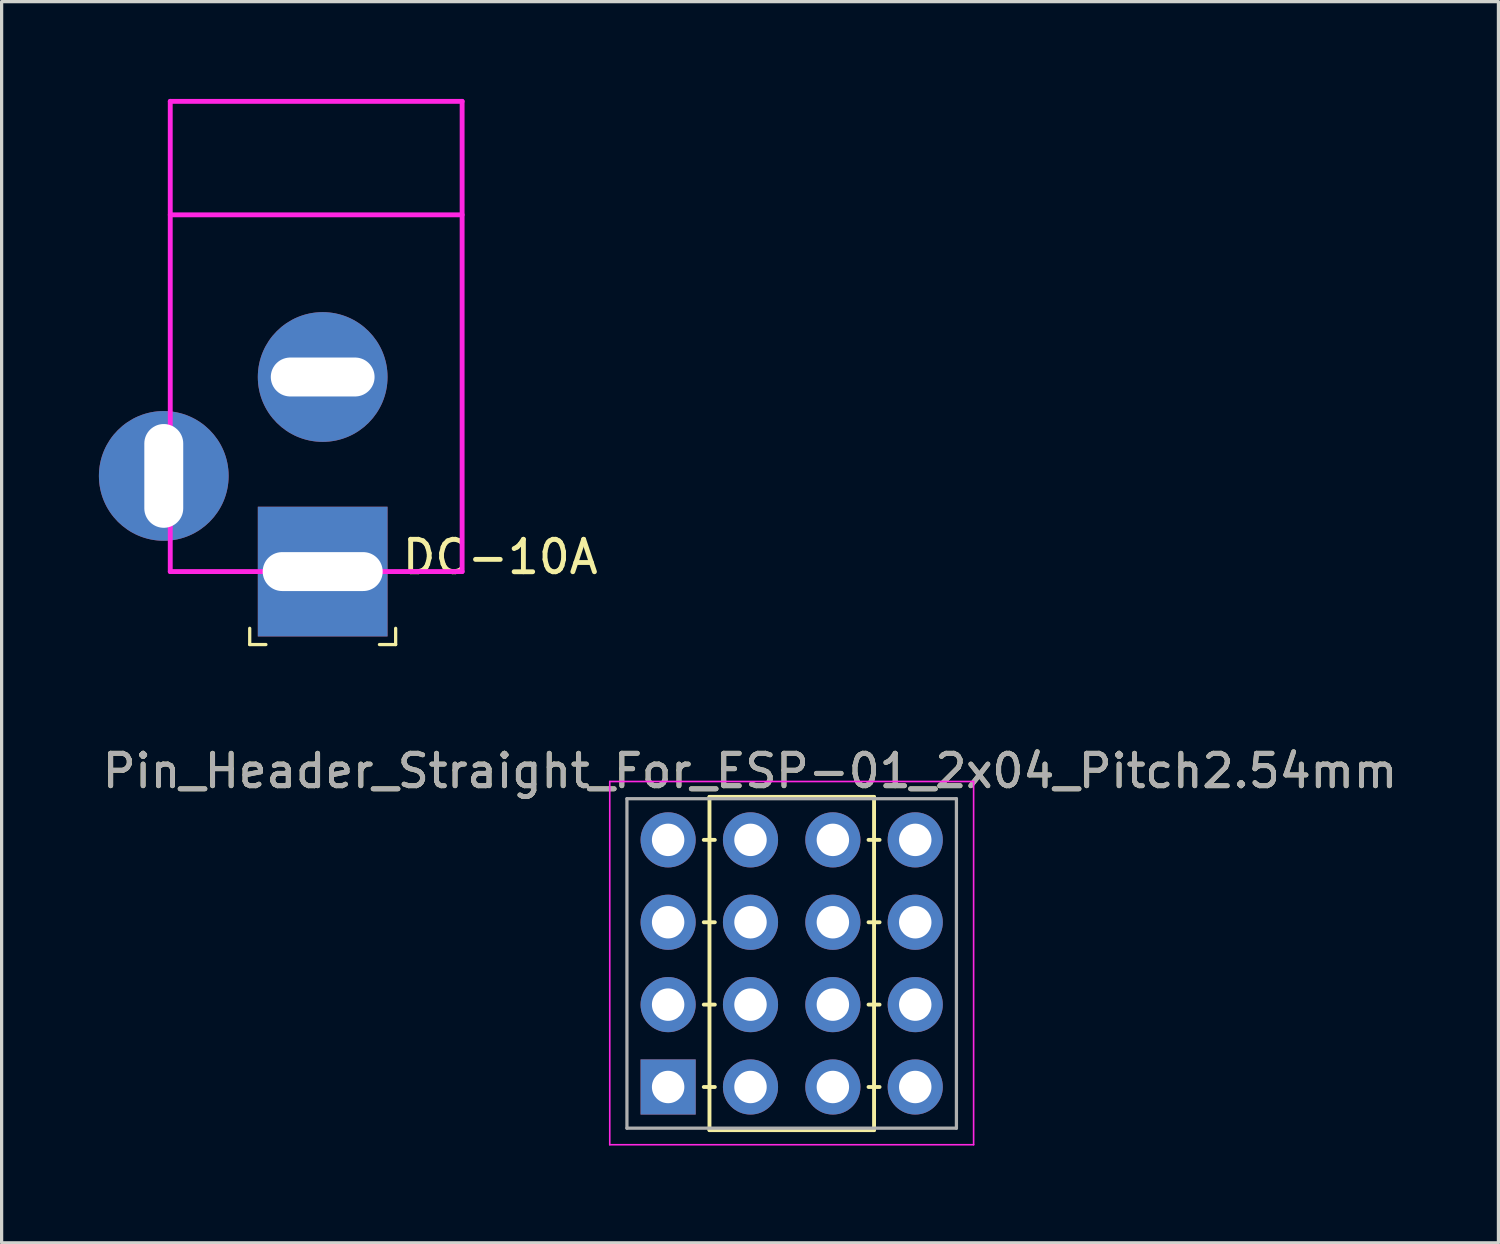
<source format=kicad_pcb>
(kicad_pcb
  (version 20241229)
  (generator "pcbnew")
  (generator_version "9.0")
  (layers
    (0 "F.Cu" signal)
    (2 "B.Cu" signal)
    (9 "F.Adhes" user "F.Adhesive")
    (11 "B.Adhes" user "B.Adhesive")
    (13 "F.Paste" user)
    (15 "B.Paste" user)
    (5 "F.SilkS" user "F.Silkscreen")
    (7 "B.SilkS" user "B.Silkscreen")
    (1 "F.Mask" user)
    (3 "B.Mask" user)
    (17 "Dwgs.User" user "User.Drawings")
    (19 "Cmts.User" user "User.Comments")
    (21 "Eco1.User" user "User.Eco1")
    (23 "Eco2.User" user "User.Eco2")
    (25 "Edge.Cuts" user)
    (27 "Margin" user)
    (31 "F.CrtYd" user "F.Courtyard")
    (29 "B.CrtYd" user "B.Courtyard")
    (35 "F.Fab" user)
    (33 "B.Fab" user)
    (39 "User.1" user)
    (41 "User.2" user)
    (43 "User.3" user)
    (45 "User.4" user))
  (footprint "DC-10A"
    (layer "F.Cu")
    (at 6.9 14.575)
    (property "Reference" "DC-10A" (at 5.475 -0.45 0) (layer "F.SilkS") (effects (font (size 1 1) (thickness 0.15))))
    (attr through_hole)
    (fp_line (start -4.7 -11) (end -4.7 -10.25) (stroke (width 0.1) (type solid)) (layer "F.SilkS"))
    (fp_line (start -4.7 -11) (end -3.95 -11) (stroke (width 0.1) (type solid)) (layer "F.SilkS"))
    (fp_line (start -4.7 -10.25) (end -4.7 -5.15) (stroke (width 0.1) (type solid)) (layer "F.SilkS"))
    (fp_line (start -4.7 0) (end -4.7 -0.75) (stroke (width 0.1) (type solid)) (layer "F.SilkS"))
    (fp_line (start -3.95 -11) (end 3.55 -11) (stroke (width 0.1) (type solid)) (layer "F.SilkS"))
    (fp_line (start -2.25 2.25) (end -2.25 1.75) (stroke (width 0.1) (type solid)) (layer "F.SilkS"))
    (fp_line (start -2.25 2.25) (end -1.75 2.25) (stroke (width 0.1) (type solid)) (layer "F.SilkS"))
    (fp_line (start -2.2 0) (end -4.7 0) (stroke (width 0.1) (type solid)) (layer "F.SilkS"))
    (fp_line (start 2.25 2.25) (end 1.75 2.25) (stroke (width 0.1) (type solid)) (layer "F.SilkS"))
    (fp_line (start 2.25 2.25) (end 2.25 1.75) (stroke (width 0.1) (type solid)) (layer "F.SilkS"))
    (fp_line (start 3.55 0) (end 2.2 0) (stroke (width 0.1) (type solid)) (layer "F.SilkS"))
    (fp_line (start 4.3 -11) (end 3.55 -11) (stroke (width 0.1) (type solid)) (layer "F.SilkS"))
    (fp_line (start 4.3 -11) (end 4.3 -10.25) (stroke (width 0.1) (type solid)) (layer "F.SilkS"))
    (fp_line (start 4.3 -10.25) (end 4.3 0) (stroke (width 0.1) (type solid)) (layer "F.SilkS"))
    (fp_line (start 4.3 0) (end 3.55 0) (stroke (width 0.1) (type solid)) (layer "F.SilkS"))
    (fp_line (start -4.7 -14.5) (end -4.7 0) (stroke (width 0.15) (type solid)) (layer "F.CrtYd"))
    (fp_line (start -4.7 -11) (end 4.3 -11) (stroke (width 0.15) (type solid)) (layer "F.CrtYd"))
    (fp_line (start -4.7 0) (end 4.3 0) (stroke (width 0.15) (type solid)) (layer "F.CrtYd"))
    (fp_line (start 4.3 -14.5) (end -4.7 -14.5) (stroke (width 0.15) (type solid)) (layer "F.CrtYd"))
    (fp_line (start 4.3 0) (end 4.3 -14.5) (stroke (width 0.15) (type solid)) (layer "F.CrtYd"))
    (pad "1" thru_hole rect (at 0 0) (size 4 4) (drill oval 3.7 1.2) (layers "*.Cu" "*.Mask"))
    (pad "2" thru_hole circle (at -4.9 -2.95) (size 4 4) (drill oval 1.2 3.2) (layers "*.Mask" "B.Cu"))
    (pad "3" thru_hole circle (at 0 -6) (size 4 4) (drill oval 3.2 1.2) (layers "*.Mask" "B.Cu")))
  (footprint "Pin_Header_Straight_For_ESP-01_2x04_Pitch2.54mm"
    (layer "F.Cu")
    (at 17.552 22.848)
    (property "Reference" "Pin_Header_Straight_For_ESP-01_2x04_Pitch2.54mm" (at 2.525 -2.125 0) (layer "F.SilkS") (effects (font (size 1 1) (thickness 0.15))))
    (attr through_hole)
    (fp_line (start 1.1 0) (end 1.44 0) (stroke (width 0.12) (type solid)) (layer "F.SilkS"))
    (fp_line (start 1.1 2.54) (end 1.44 2.54) (stroke (width 0.12) (type solid)) (layer "F.SilkS"))
    (fp_line (start 1.1 5.08) (end 1.44 5.08) (stroke (width 0.12) (type solid)) (layer "F.SilkS"))
    (fp_line (start 1.1 7.62) (end 1.44 7.62) (stroke (width 0.12) (type solid)) (layer "F.SilkS"))
    (fp_line (start 1.275 -1.325) (end 6.35 -1.325) (stroke (width 0.12) (type solid)) (layer "F.SilkS"))
    (fp_line (start 1.275 8.95) (end 1.275 -1.325) (stroke (width 0.12) (type solid)) (layer "F.SilkS"))
    (fp_line (start 1.275 8.95) (end 6.35 8.95) (stroke (width 0.12) (type solid)) (layer "F.SilkS"))
    (fp_line (start 6.35 -1.325) (end 6.35 8.95) (stroke (width 0.12) (type solid)) (layer "F.SilkS"))
    (fp_line (start 6.52 0) (end 6.18 0) (stroke (width 0.12) (type solid)) (layer "F.SilkS"))
    (fp_line (start 6.52 2.54) (end 6.18 2.54) (stroke (width 0.12) (type solid)) (layer "F.SilkS"))
    (fp_line (start 6.52 5.08) (end 6.18 5.08) (stroke (width 0.12) (type solid)) (layer "F.SilkS"))
    (fp_line (start 6.52 7.62) (end 6.18 7.62) (stroke (width 0.12) (type solid)) (layer "F.SilkS"))
    (fp_line (start -1.8 -1.8) (end -1.8 9.4) (stroke (width 0.05) (type solid)) (layer "F.CrtYd"))
    (fp_line (start -1.8 -1.8) (end 9.42 -1.8) (stroke (width 0.05) (type solid)) (layer "F.CrtYd"))
    (fp_line (start -1.8 9.4) (end 9.42 9.4) (stroke (width 0.05) (type solid)) (layer "F.CrtYd"))
    (fp_line (start 9.42 9.4) (end 9.42 -1.8) (stroke (width 0.05) (type solid)) (layer "F.CrtYd"))
    (fp_line (start -1.27 -1.27) (end -1.27 8.89) (stroke (width 0.1) (type solid)) (layer "F.Fab"))
    (fp_line (start -1.27 8.89) (end 8.89 8.89) (stroke (width 0.1) (type solid)) (layer "F.Fab"))
    (fp_line (start 8.89 -1.27) (end -1.27 -1.27) (stroke (width 0.1) (type solid)) (layer "F.Fab"))
    (fp_line (start 8.89 8.89) (end 8.89 -1.27) (stroke (width 0.1) (type solid)) (layer "F.Fab"))
    (fp_text user "${REFERENCE}" (at 2.525 -2.125 0) (layer "F.Fab") (effects (font (size 1 1) (thickness 0.15))))
    (pad "" thru_hole circle (at 2.54 0) (size 1.7 1.7) (drill 1) (layers "*.Cu" "*.Mask"))
    (pad "" thru_hole circle (at 2.54 2.54) (size 1.7 1.7) (drill 1) (layers "*.Cu" "*.Mask"))
    (pad "" thru_hole circle (at 2.54 5.08) (size 1.7 1.7) (drill 1) (layers "*.Cu" "*.Mask"))
    (pad "" thru_hole circle (at 2.54 7.62) (size 1.7 1.7) (drill 1) (layers "*.Mask" "F.Cu"))
    (pad "" thru_hole circle (at 5.08 0) (size 1.7 1.7) (drill 1) (layers "*.Cu" "*.Mask"))
    (pad "" thru_hole circle (at 5.08 2.54) (size 1.7 1.7) (drill 1) (layers "*.Cu" "*.Mask"))
    (pad "" thru_hole circle (at 5.08 5.08) (size 1.7 1.7) (drill 1) (layers "*.Cu" "*.Mask"))
    (pad "" thru_hole circle (at 5.08 7.62) (size 1.7 1.7) (drill 1) (layers "*.Cu" "*.Mask"))
    (pad "1" thru_hole rect (at 0 7.62) (size 1.7 1.7) (drill 1) (layers "*.Cu" "*.Mask"))
    (pad "2" thru_hole circle (at 7.62 7.62) (size 1.7 1.7) (drill 1) (layers "*.Cu" "*.Mask"))
    (pad "3" thru_hole circle (at 0 5.08) (size 1.7 1.7) (drill 1) (layers "*.Cu" "*.Mask"))
    (pad "4" thru_hole circle (at 7.62 5.08) (size 1.7 1.7) (drill 1) (layers "*.Mask" "F.Cu"))
    (pad "5" thru_hole circle (at 0 2.54) (size 1.7 1.7) (drill 1) (layers "*.Cu" "*.Mask"))
    (pad "6" thru_hole circle (at 7.62 2.54) (size 1.7 1.7) (drill 1) (layers "*.Cu" "*.Mask"))
    (pad "7" thru_hole circle (at 0 0) (size 1.7 1.7) (drill 1) (layers "*.Mask" "B.Cu"))
    (pad "8" thru_hole circle (at 7.62 0) (size 1.7 1.7) (drill 1) (layers "*.Mask" "F.Cu")))
  (gr_rect
    (start -3 -3)
    (end 43.155 35.273)
    (stroke (width 0.1) (type default))
    (fill no)
    (layer "Edge.Cuts")))
</source>
